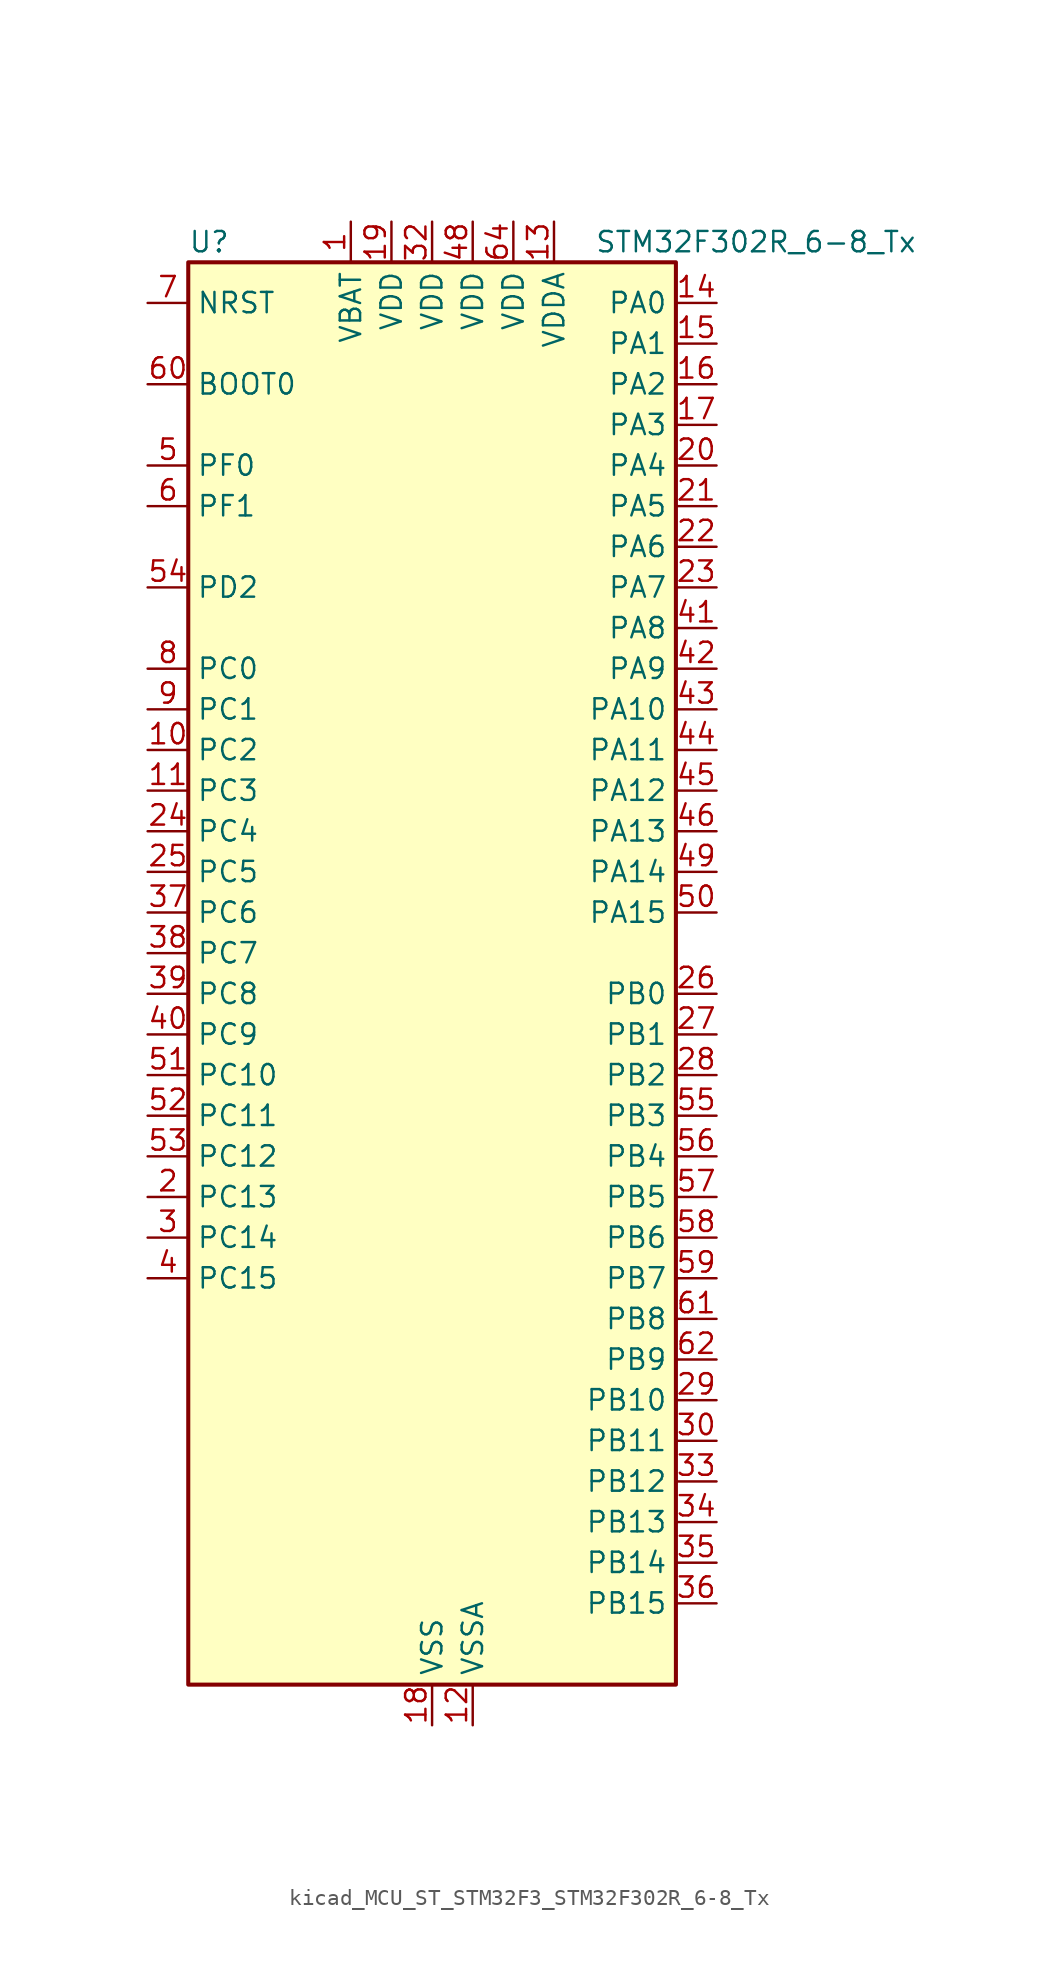
<source format=kicad_sym>
(kicad_symbol_lib
  (version 20220914)
  (generator kicad_symbol_editor)
  (symbol "kicad_MCU_ST_STM32F3_STM32F302R_6-8_Tx"
    (property "Reference" "U"
      (at -15.24 46.99 0)
      (effects (font (size 1.27 1.27)) (justify left)))
    (property "Value" "STM32F302R_6-8_Tx"
      (at 10.16 46.99 0)
      (effects (font (size 1.27 1.27)) (justify left)))
    (property "ki_locked" ""
      (at 0 0 0)
      (effects (font (size 1.27 1.27))))
    (symbol "kicad_MCU_ST_STM32F3_STM32F302R_6-8_Tx_0_1"
      (rectangle (start -15.24 -43.18) (end 15.24 45.72) (stroke (width 0.254) (type default)) (fill (type background))))
    (symbol "kicad_MCU_ST_STM32F3_STM32F302R_6-8_Tx_1_1"
      (pin power_in line (at -5.08 48.26 270) (length 2.54) (name "VBAT" (effects (font (size 1.27 1.27)))) (number "1" (effects (font (size 1.27 1.27)))))
      (pin bidirectional line (at -17.78 15.24 0) (length 2.54) (name "PC2" (effects (font (size 1.27 1.27)))) (number "10" (effects (font (size 1.27 1.27)))) (alternate "ADC1_IN8" bidirectional line) (alternate "TIM1_CH3" bidirectional line))
      (pin bidirectional line (at -17.78 12.7 0) (length 2.54) (name "PC3" (effects (font (size 1.27 1.27)))) (number "11" (effects (font (size 1.27 1.27)))) (alternate "ADC1_IN9" bidirectional line) (alternate "TIM1_BKIN2" bidirectional line) (alternate "TIM1_CH4" bidirectional line))
      (pin power_in line (at 2.54 -45.72 90) (length 2.54) (name "VSSA" (effects (font (size 1.27 1.27)))) (number "12" (effects (font (size 1.27 1.27)))))
      (pin power_in line (at 7.62 48.26 270) (length 2.54) (name "VDDA" (effects (font (size 1.27 1.27)))) (number "13" (effects (font (size 1.27 1.27)))))
      (pin bidirectional line (at 17.78 43.18 180) (length 2.54) (name "PA0" (effects (font (size 1.27 1.27)))) (number "14" (effects (font (size 1.27 1.27)))) (alternate "ADC1_IN1" bidirectional line) (alternate "RTC_TAMP2" bidirectional line) (alternate "SYS_WKUP1" bidirectional line) (alternate "TIM2_CH1" bidirectional line) (alternate "TIM2_ETR" bidirectional line) (alternate "TSC_G1_IO1" bidirectional line) (alternate "USART2_CTS" bidirectional line))
      (pin bidirectional line (at 17.78 40.64 180) (length 2.54) (name "PA1" (effects (font (size 1.27 1.27)))) (number "15" (effects (font (size 1.27 1.27)))) (alternate "ADC1_IN2" bidirectional line) (alternate "RTC_REFIN" bidirectional line) (alternate "TIM15_CH1N" bidirectional line) (alternate "TIM2_CH2" bidirectional line) (alternate "TSC_G1_IO2" bidirectional line) (alternate "USART2_DE" bidirectional line) (alternate "USART2_RTS" bidirectional line))
      (pin bidirectional line (at 17.78 38.1 180) (length 2.54) (name "PA2" (effects (font (size 1.27 1.27)))) (number "16" (effects (font (size 1.27 1.27)))) (alternate "ADC1_IN3" bidirectional line) (alternate "COMP2_INM" bidirectional line) (alternate "COMP2_OUT" bidirectional line) (alternate "TIM15_CH1" bidirectional line) (alternate "TIM2_CH3" bidirectional line) (alternate "TSC_G1_IO3" bidirectional line) (alternate "USART2_TX" bidirectional line))
      (pin bidirectional line (at 17.78 35.56 180) (length 2.54) (name "PA3" (effects (font (size 1.27 1.27)))) (number "17" (effects (font (size 1.27 1.27)))) (alternate "ADC1_IN4" bidirectional line) (alternate "TIM15_CH2" bidirectional line) (alternate "TIM2_CH4" bidirectional line) (alternate "TSC_G1_IO4" bidirectional line) (alternate "USART2_RX" bidirectional line))
      (pin power_in line (at 0 -45.72 90) (length 2.54) (name "VSS" (effects (font (size 1.27 1.27)))) (number "18" (effects (font (size 1.27 1.27)))))
      (pin power_in line (at -2.54 48.26 270) (length 2.54) (name "VDD" (effects (font (size 1.27 1.27)))) (number "19" (effects (font (size 1.27 1.27)))))
      (pin bidirectional line (at -17.78 -12.7 0) (length 2.54) (name "PC13" (effects (font (size 1.27 1.27)))) (number "2" (effects (font (size 1.27 1.27)))) (alternate "RTC_OUT_ALARM" bidirectional line) (alternate "RTC_OUT_CALIB" bidirectional line) (alternate "RTC_TAMP1" bidirectional line) (alternate "RTC_TS" bidirectional line) (alternate "SYS_WKUP2" bidirectional line) (alternate "TIM1_CH1N" bidirectional line))
      (pin bidirectional line (at 17.78 33.02 180) (length 2.54) (name "PA4" (effects (font (size 1.27 1.27)))) (number "20" (effects (font (size 1.27 1.27)))) (alternate "ADC1_IN5" bidirectional line) (alternate "COMP2_INM" bidirectional line) (alternate "COMP4_INM" bidirectional line) (alternate "COMP6_INM" bidirectional line) (alternate "DAC_OUT1" bidirectional line) (alternate "I2S3_WS" bidirectional line) (alternate "SPI3_NSS" bidirectional line) (alternate "TSC_G2_IO1" bidirectional line) (alternate "USART2_CK" bidirectional line))
      (pin bidirectional line (at 17.78 30.48 180) (length 2.54) (name "PA5" (effects (font (size 1.27 1.27)))) (number "21" (effects (font (size 1.27 1.27)))) (alternate "OPAMP2_VINM" bidirectional line) (alternate "OPAMP2_VINM_SEC" bidirectional line) (alternate "TIM2_CH1" bidirectional line) (alternate "TIM2_ETR" bidirectional line) (alternate "TSC_G2_IO2" bidirectional line))
      (pin bidirectional line (at 17.78 27.94 180) (length 2.54) (name "PA6" (effects (font (size 1.27 1.27)))) (number "22" (effects (font (size 1.27 1.27)))) (alternate "ADC1_IN10" bidirectional line) (alternate "OPAMP2_VOUT" bidirectional line) (alternate "TIM16_CH1" bidirectional line) (alternate "TIM1_BKIN" bidirectional line) (alternate "TSC_G2_IO3" bidirectional line))
      (pin bidirectional line (at 17.78 25.4 180) (length 2.54) (name "PA7" (effects (font (size 1.27 1.27)))) (number "23" (effects (font (size 1.27 1.27)))) (alternate "ADC1_IN15" bidirectional line) (alternate "COMP2_INP" bidirectional line) (alternate "OPAMP2_VINP" bidirectional line) (alternate "OPAMP2_VINP_SEC" bidirectional line) (alternate "TIM17_CH1" bidirectional line) (alternate "TIM1_CH1N" bidirectional line) (alternate "TSC_G2_IO4" bidirectional line))
      (pin bidirectional line (at -17.78 10.16 0) (length 2.54) (name "PC4" (effects (font (size 1.27 1.27)))) (number "24" (effects (font (size 1.27 1.27)))) (alternate "TIM1_ETR" bidirectional line) (alternate "USART1_TX" bidirectional line))
      (pin bidirectional line (at -17.78 7.62 0) (length 2.54) (name "PC5" (effects (font (size 1.27 1.27)))) (number "25" (effects (font (size 1.27 1.27)))) (alternate "OPAMP2_VINM" bidirectional line) (alternate "OPAMP2_VINM_SEC" bidirectional line) (alternate "TIM15_BKIN" bidirectional line) (alternate "TSC_G3_IO1" bidirectional line) (alternate "USART1_RX" bidirectional line))
      (pin bidirectional line (at 17.78 0 180) (length 2.54) (name "PB0" (effects (font (size 1.27 1.27)))) (number "26" (effects (font (size 1.27 1.27)))) (alternate "ADC1_IN11" bidirectional line) (alternate "COMP4_INP" bidirectional line) (alternate "OPAMP2_VINP" bidirectional line) (alternate "OPAMP2_VINP_SEC" bidirectional line) (alternate "TIM1_CH2N" bidirectional line) (alternate "TSC_G3_IO2" bidirectional line))
      (pin bidirectional line (at 17.78 -2.54 180) (length 2.54) (name "PB1" (effects (font (size 1.27 1.27)))) (number "27" (effects (font (size 1.27 1.27)))) (alternate "ADC1_IN12" bidirectional line) (alternate "COMP4_OUT" bidirectional line) (alternate "TIM1_CH3N" bidirectional line) (alternate "TSC_G3_IO3" bidirectional line))
      (pin bidirectional line (at 17.78 -5.08 180) (length 2.54) (name "PB2" (effects (font (size 1.27 1.27)))) (number "28" (effects (font (size 1.27 1.27)))) (alternate "COMP4_INM" bidirectional line) (alternate "TSC_G3_IO4" bidirectional line))
      (pin bidirectional line (at 17.78 -25.4 180) (length 2.54) (name "PB10" (effects (font (size 1.27 1.27)))) (number "29" (effects (font (size 1.27 1.27)))) (alternate "TIM2_CH3" bidirectional line) (alternate "TSC_SYNC" bidirectional line) (alternate "USART3_TX" bidirectional line))
      (pin bidirectional line (at -17.78 -15.24 0) (length 2.54) (name "PC14" (effects (font (size 1.27 1.27)))) (number "3" (effects (font (size 1.27 1.27)))) (alternate "RCC_OSC32_IN" bidirectional line))
      (pin bidirectional line (at 17.78 -27.94 180) (length 2.54) (name "PB11" (effects (font (size 1.27 1.27)))) (number "30" (effects (font (size 1.27 1.27)))) (alternate "ADC1_EXTI11" bidirectional line) (alternate "ADC1_IN14" bidirectional line) (alternate "COMP6_INP" bidirectional line) (alternate "TIM2_CH4" bidirectional line) (alternate "TSC_G6_IO1" bidirectional line) (alternate "USART3_RX" bidirectional line))
      (pin passive line (at 0 -45.72 90) (length 2.54) hide (name "VSS" (effects (font (size 1.27 1.27)))) (number "31" (effects (font (size 1.27 1.27)))))
      (pin power_in line (at 0 48.26 270) (length 2.54) (name "VDD" (effects (font (size 1.27 1.27)))) (number "32" (effects (font (size 1.27 1.27)))))
      (pin bidirectional line (at 17.78 -30.48 180) (length 2.54) (name "PB12" (effects (font (size 1.27 1.27)))) (number "33" (effects (font (size 1.27 1.27)))) (alternate "I2C2_SMBA" bidirectional line) (alternate "I2S2_WS" bidirectional line) (alternate "SPI2_NSS" bidirectional line) (alternate "TIM1_BKIN" bidirectional line) (alternate "TSC_G6_IO2" bidirectional line) (alternate "USART3_CK" bidirectional line))
      (pin bidirectional line (at 17.78 -33.02 180) (length 2.54) (name "PB13" (effects (font (size 1.27 1.27)))) (number "34" (effects (font (size 1.27 1.27)))) (alternate "ADC1_IN13" bidirectional line) (alternate "I2S2_CK" bidirectional line) (alternate "SPI2_SCK" bidirectional line) (alternate "TIM1_CH1N" bidirectional line) (alternate "TSC_G6_IO3" bidirectional line) (alternate "USART3_CTS" bidirectional line))
      (pin bidirectional line (at 17.78 -35.56 180) (length 2.54) (name "PB14" (effects (font (size 1.27 1.27)))) (number "35" (effects (font (size 1.27 1.27)))) (alternate "I2S2_ext_SD" bidirectional line) (alternate "OPAMP2_VINP" bidirectional line) (alternate "OPAMP2_VINP_SEC" bidirectional line) (alternate "SPI2_MISO" bidirectional line) (alternate "TIM15_CH1" bidirectional line) (alternate "TIM1_CH2N" bidirectional line) (alternate "TSC_G6_IO4" bidirectional line) (alternate "USART3_DE" bidirectional line) (alternate "USART3_RTS" bidirectional line))
      (pin bidirectional line (at 17.78 -38.1 180) (length 2.54) (name "PB15" (effects (font (size 1.27 1.27)))) (number "36" (effects (font (size 1.27 1.27)))) (alternate "ADC1_EXTI15" bidirectional line) (alternate "COMP6_INM" bidirectional line) (alternate "I2S2_SD" bidirectional line) (alternate "RTC_REFIN" bidirectional line) (alternate "SPI2_MOSI" bidirectional line) (alternate "TIM15_CH1N" bidirectional line) (alternate "TIM15_CH2" bidirectional line) (alternate "TIM1_CH3N" bidirectional line))
      (pin bidirectional line (at -17.78 5.08 0) (length 2.54) (name "PC6" (effects (font (size 1.27 1.27)))) (number "37" (effects (font (size 1.27 1.27)))) (alternate "COMP6_OUT" bidirectional line) (alternate "I2S2_MCK" bidirectional line))
      (pin bidirectional line (at -17.78 2.54 0) (length 2.54) (name "PC7" (effects (font (size 1.27 1.27)))) (number "38" (effects (font (size 1.27 1.27)))) (alternate "I2S3_MCK" bidirectional line))
      (pin bidirectional line (at -17.78 0 0) (length 2.54) (name "PC8" (effects (font (size 1.27 1.27)))) (number "39" (effects (font (size 1.27 1.27)))))
      (pin bidirectional line (at -17.78 -17.78 0) (length 2.54) (name "PC15" (effects (font (size 1.27 1.27)))) (number "4" (effects (font (size 1.27 1.27)))) (alternate "ADC1_EXTI15" bidirectional line) (alternate "RCC_OSC32_OUT" bidirectional line))
      (pin bidirectional line (at -17.78 -2.54 0) (length 2.54) (name "PC9" (effects (font (size 1.27 1.27)))) (number "40" (effects (font (size 1.27 1.27)))) (alternate "DAC_EXTI9" bidirectional line) (alternate "I2C3_SDA" bidirectional line) (alternate "I2S_CKIN" bidirectional line))
      (pin bidirectional line (at 17.78 22.86 180) (length 2.54) (name "PA8" (effects (font (size 1.27 1.27)))) (number "41" (effects (font (size 1.27 1.27)))) (alternate "I2C2_SMBA" bidirectional line) (alternate "I2C3_SCL" bidirectional line) (alternate "I2S2_MCK" bidirectional line) (alternate "RCC_MCO" bidirectional line) (alternate "TIM1_CH1" bidirectional line) (alternate "USART1_CK" bidirectional line))
      (pin bidirectional line (at 17.78 20.32 180) (length 2.54) (name "PA9" (effects (font (size 1.27 1.27)))) (number "42" (effects (font (size 1.27 1.27)))) (alternate "DAC_EXTI9" bidirectional line) (alternate "I2C2_SCL" bidirectional line) (alternate "I2C3_SMBA" bidirectional line) (alternate "I2S3_MCK" bidirectional line) (alternate "TIM15_BKIN" bidirectional line) (alternate "TIM1_CH2" bidirectional line) (alternate "TIM2_CH3" bidirectional line) (alternate "TSC_G4_IO1" bidirectional line) (alternate "USART1_TX" bidirectional line))
      (pin bidirectional line (at 17.78 17.78 180) (length 2.54) (name "PA10" (effects (font (size 1.27 1.27)))) (number "43" (effects (font (size 1.27 1.27)))) (alternate "COMP6_OUT" bidirectional line) (alternate "I2C2_SDA" bidirectional line) (alternate "I2S2_ext_SD" bidirectional line) (alternate "SPI2_MISO" bidirectional line) (alternate "TIM17_BKIN" bidirectional line) (alternate "TIM1_CH3" bidirectional line) (alternate "TIM2_CH4" bidirectional line) (alternate "TSC_G4_IO2" bidirectional line) (alternate "USART1_RX" bidirectional line))
      (pin bidirectional line (at 17.78 15.24 180) (length 2.54) (name "PA11" (effects (font (size 1.27 1.27)))) (number "44" (effects (font (size 1.27 1.27)))) (alternate "ADC1_EXTI11" bidirectional line) (alternate "CAN_RX" bidirectional line) (alternate "I2S2_SD" bidirectional line) (alternate "SPI2_MOSI" bidirectional line) (alternate "TIM1_BKIN2" bidirectional line) (alternate "TIM1_CH1N" bidirectional line) (alternate "TIM1_CH4" bidirectional line) (alternate "USART1_CTS" bidirectional line) (alternate "USB_DM" bidirectional line))
      (pin bidirectional line (at 17.78 12.7 180) (length 2.54) (name "PA12" (effects (font (size 1.27 1.27)))) (number "45" (effects (font (size 1.27 1.27)))) (alternate "CAN_TX" bidirectional line) (alternate "COMP2_OUT" bidirectional line) (alternate "I2S_CKIN" bidirectional line) (alternate "TIM16_CH1" bidirectional line) (alternate "TIM1_CH2N" bidirectional line) (alternate "TIM1_ETR" bidirectional line) (alternate "USART1_DE" bidirectional line) (alternate "USART1_RTS" bidirectional line) (alternate "USB_DP" bidirectional line))
      (pin bidirectional line (at 17.78 10.16 180) (length 2.54) (name "PA13" (effects (font (size 1.27 1.27)))) (number "46" (effects (font (size 1.27 1.27)))) (alternate "IR_OUT" bidirectional line) (alternate "SYS_JTMS-SWDIO" bidirectional line) (alternate "TIM16_CH1N" bidirectional line) (alternate "TSC_G4_IO3" bidirectional line) (alternate "USART3_CTS" bidirectional line))
      (pin passive line (at 0 -45.72 90) (length 2.54) hide (name "VSS" (effects (font (size 1.27 1.27)))) (number "47" (effects (font (size 1.27 1.27)))))
      (pin power_in line (at 2.54 48.26 270) (length 2.54) (name "VDD" (effects (font (size 1.27 1.27)))) (number "48" (effects (font (size 1.27 1.27)))))
      (pin bidirectional line (at 17.78 7.62 180) (length 2.54) (name "PA14" (effects (font (size 1.27 1.27)))) (number "49" (effects (font (size 1.27 1.27)))) (alternate "I2C1_SDA" bidirectional line) (alternate "SYS_JTCK-SWCLK" bidirectional line) (alternate "TIM1_BKIN" bidirectional line) (alternate "TSC_G4_IO4" bidirectional line) (alternate "USART2_TX" bidirectional line))
      (pin bidirectional line (at -17.78 33.02 0) (length 2.54) (name "PF0" (effects (font (size 1.27 1.27)))) (number "5" (effects (font (size 1.27 1.27)))) (alternate "I2C2_SDA" bidirectional line) (alternate "I2S2_WS" bidirectional line) (alternate "RCC_OSC_IN" bidirectional line) (alternate "SPI2_NSS" bidirectional line) (alternate "TIM1_CH3N" bidirectional line))
      (pin bidirectional line (at 17.78 5.08 180) (length 2.54) (name "PA15" (effects (font (size 1.27 1.27)))) (number "50" (effects (font (size 1.27 1.27)))) (alternate "ADC1_EXTI15" bidirectional line) (alternate "I2C1_SCL" bidirectional line) (alternate "I2S3_WS" bidirectional line) (alternate "SPI3_NSS" bidirectional line) (alternate "SYS_JTDI" bidirectional line) (alternate "TIM1_BKIN" bidirectional line) (alternate "TIM2_CH1" bidirectional line) (alternate "TIM2_ETR" bidirectional line) (alternate "TSC_SYNC" bidirectional line) (alternate "USART2_RX" bidirectional line))
      (pin bidirectional line (at -17.78 -5.08 0) (length 2.54) (name "PC10" (effects (font (size 1.27 1.27)))) (number "51" (effects (font (size 1.27 1.27)))) (alternate "I2S3_CK" bidirectional line) (alternate "SPI3_SCK" bidirectional line) (alternate "USART3_TX" bidirectional line))
      (pin bidirectional line (at -17.78 -7.62 0) (length 2.54) (name "PC11" (effects (font (size 1.27 1.27)))) (number "52" (effects (font (size 1.27 1.27)))) (alternate "ADC1_EXTI11" bidirectional line) (alternate "I2S3_ext_SD" bidirectional line) (alternate "SPI3_MISO" bidirectional line) (alternate "USART3_RX" bidirectional line))
      (pin bidirectional line (at -17.78 -10.16 0) (length 2.54) (name "PC12" (effects (font (size 1.27 1.27)))) (number "53" (effects (font (size 1.27 1.27)))) (alternate "I2S3_SD" bidirectional line) (alternate "SPI3_MOSI" bidirectional line) (alternate "USART3_CK" bidirectional line))
      (pin bidirectional line (at -17.78 25.4 0) (length 2.54) (name "PD2" (effects (font (size 1.27 1.27)))) (number "54" (effects (font (size 1.27 1.27)))))
      (pin bidirectional line (at 17.78 -7.62 180) (length 2.54) (name "PB3" (effects (font (size 1.27 1.27)))) (number "55" (effects (font (size 1.27 1.27)))) (alternate "I2S3_CK" bidirectional line) (alternate "SPI3_SCK" bidirectional line) (alternate "SYS_JTDO-TRACESWO" bidirectional line) (alternate "TIM2_CH2" bidirectional line) (alternate "TSC_G5_IO1" bidirectional line) (alternate "USART2_TX" bidirectional line))
      (pin bidirectional line (at 17.78 -10.16 180) (length 2.54) (name "PB4" (effects (font (size 1.27 1.27)))) (number "56" (effects (font (size 1.27 1.27)))) (alternate "I2S3_ext_SD" bidirectional line) (alternate "SPI3_MISO" bidirectional line) (alternate "SYS_NJTRST" bidirectional line) (alternate "TIM16_CH1" bidirectional line) (alternate "TIM17_BKIN" bidirectional line) (alternate "TSC_G5_IO2" bidirectional line) (alternate "USART2_RX" bidirectional line))
      (pin bidirectional line (at 17.78 -12.7 180) (length 2.54) (name "PB5" (effects (font (size 1.27 1.27)))) (number "57" (effects (font (size 1.27 1.27)))) (alternate "I2C1_SMBA" bidirectional line) (alternate "I2C3_SDA" bidirectional line) (alternate "I2S3_SD" bidirectional line) (alternate "SPI3_MOSI" bidirectional line) (alternate "TIM16_BKIN" bidirectional line) (alternate "TIM17_CH1" bidirectional line) (alternate "USART2_CK" bidirectional line))
      (pin bidirectional line (at 17.78 -15.24 180) (length 2.54) (name "PB6" (effects (font (size 1.27 1.27)))) (number "58" (effects (font (size 1.27 1.27)))) (alternate "I2C1_SCL" bidirectional line) (alternate "TIM16_CH1N" bidirectional line) (alternate "TSC_G5_IO3" bidirectional line) (alternate "USART1_TX" bidirectional line))
      (pin bidirectional line (at 17.78 -17.78 180) (length 2.54) (name "PB7" (effects (font (size 1.27 1.27)))) (number "59" (effects (font (size 1.27 1.27)))) (alternate "I2C1_SDA" bidirectional line) (alternate "TIM17_CH1N" bidirectional line) (alternate "TSC_G5_IO4" bidirectional line) (alternate "USART1_RX" bidirectional line))
      (pin bidirectional line (at -17.78 30.48 0) (length 2.54) (name "PF1" (effects (font (size 1.27 1.27)))) (number "6" (effects (font (size 1.27 1.27)))) (alternate "I2C2_SCL" bidirectional line) (alternate "I2S2_CK" bidirectional line) (alternate "RCC_OSC_OUT" bidirectional line) (alternate "SPI2_SCK" bidirectional line))
      (pin input line (at -17.78 38.1 0) (length 2.54) (name "BOOT0" (effects (font (size 1.27 1.27)))) (number "60" (effects (font (size 1.27 1.27)))))
      (pin bidirectional line (at 17.78 -20.32 180) (length 2.54) (name "PB8" (effects (font (size 1.27 1.27)))) (number "61" (effects (font (size 1.27 1.27)))) (alternate "CAN_RX" bidirectional line) (alternate "I2C1_SCL" bidirectional line) (alternate "TIM16_CH1" bidirectional line) (alternate "TIM1_BKIN" bidirectional line) (alternate "TSC_SYNC" bidirectional line) (alternate "USART3_RX" bidirectional line))
      (pin bidirectional line (at 17.78 -22.86 180) (length 2.54) (name "PB9" (effects (font (size 1.27 1.27)))) (number "62" (effects (font (size 1.27 1.27)))) (alternate "CAN_TX" bidirectional line) (alternate "COMP2_OUT" bidirectional line) (alternate "DAC_EXTI9" bidirectional line) (alternate "I2C1_SDA" bidirectional line) (alternate "IR_OUT" bidirectional line) (alternate "TIM17_CH1" bidirectional line) (alternate "USART3_TX" bidirectional line))
      (pin passive line (at 0 -45.72 90) (length 2.54) hide (name "VSS" (effects (font (size 1.27 1.27)))) (number "63" (effects (font (size 1.27 1.27)))))
      (pin power_in line (at 5.08 48.26 270) (length 2.54) (name "VDD" (effects (font (size 1.27 1.27)))) (number "64" (effects (font (size 1.27 1.27)))))
      (pin input line (at -17.78 43.18 0) (length 2.54) (name "NRST" (effects (font (size 1.27 1.27)))) (number "7" (effects (font (size 1.27 1.27)))))
      (pin bidirectional line (at -17.78 20.32 0) (length 2.54) (name "PC0" (effects (font (size 1.27 1.27)))) (number "8" (effects (font (size 1.27 1.27)))) (alternate "ADC1_IN6" bidirectional line) (alternate "TIM1_CH1" bidirectional line))
      (pin bidirectional line (at -17.78 17.78 0) (length 2.54) (name "PC1" (effects (font (size 1.27 1.27)))) (number "9" (effects (font (size 1.27 1.27)))) (alternate "ADC1_IN7" bidirectional line) (alternate "TIM1_CH2" bidirectional line)))))
</source>
